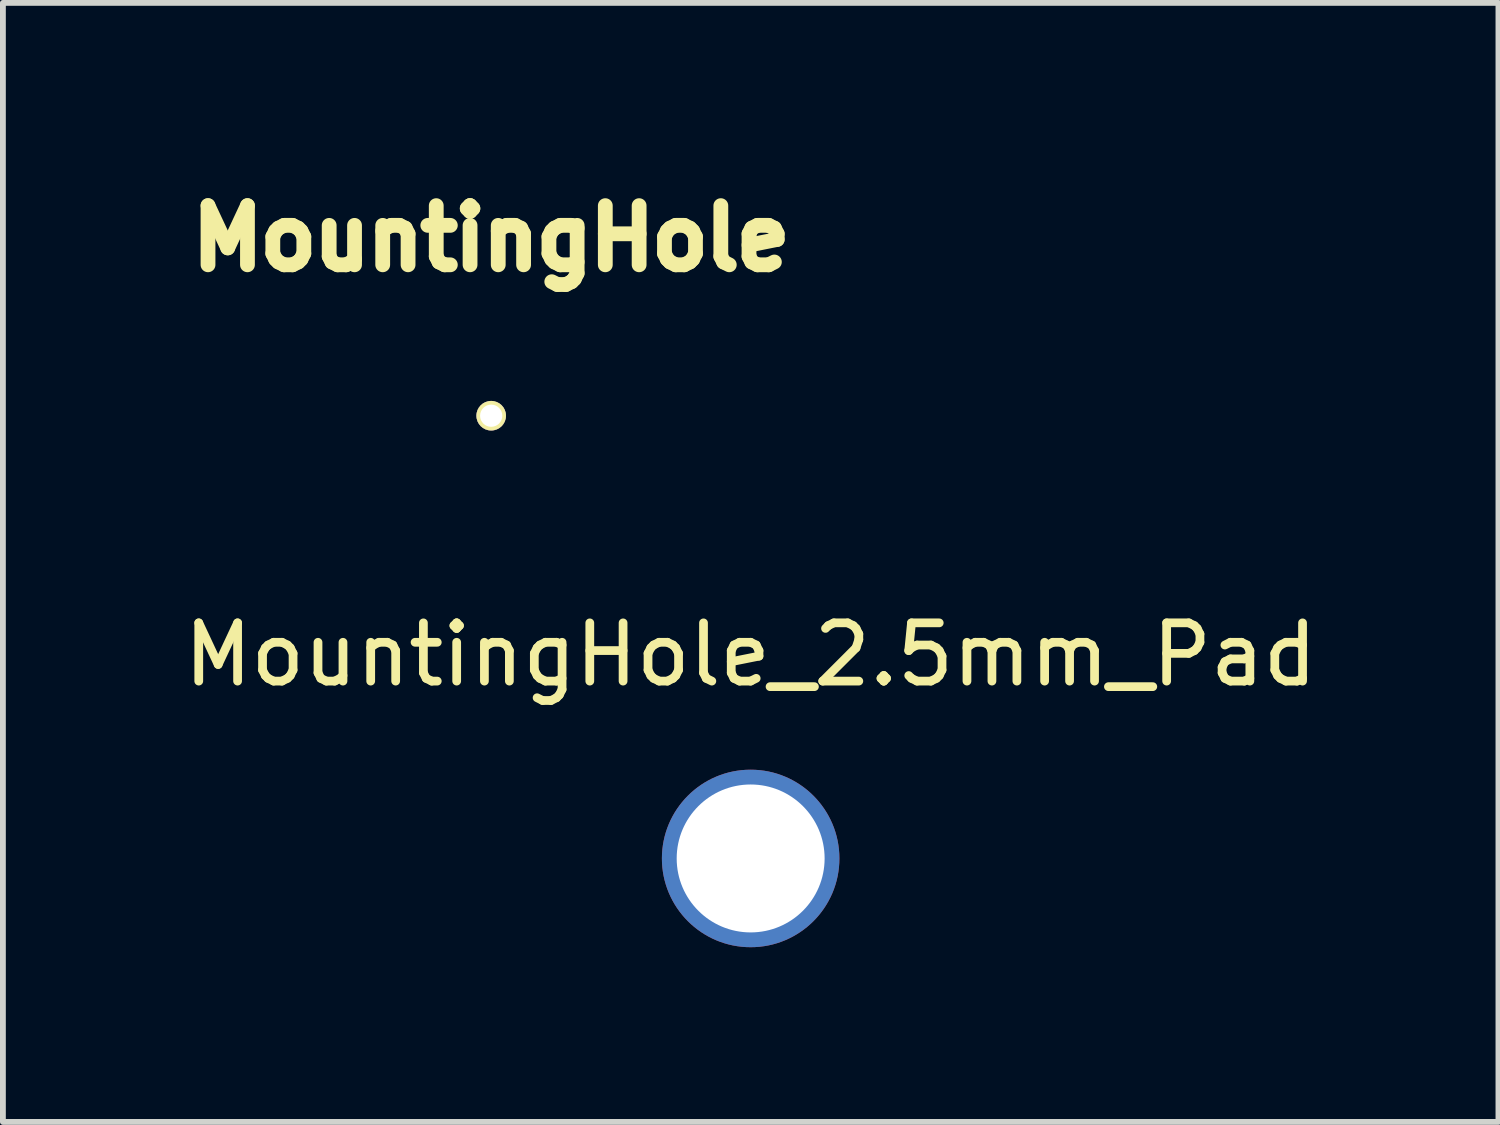
<source format=kicad_pcb>
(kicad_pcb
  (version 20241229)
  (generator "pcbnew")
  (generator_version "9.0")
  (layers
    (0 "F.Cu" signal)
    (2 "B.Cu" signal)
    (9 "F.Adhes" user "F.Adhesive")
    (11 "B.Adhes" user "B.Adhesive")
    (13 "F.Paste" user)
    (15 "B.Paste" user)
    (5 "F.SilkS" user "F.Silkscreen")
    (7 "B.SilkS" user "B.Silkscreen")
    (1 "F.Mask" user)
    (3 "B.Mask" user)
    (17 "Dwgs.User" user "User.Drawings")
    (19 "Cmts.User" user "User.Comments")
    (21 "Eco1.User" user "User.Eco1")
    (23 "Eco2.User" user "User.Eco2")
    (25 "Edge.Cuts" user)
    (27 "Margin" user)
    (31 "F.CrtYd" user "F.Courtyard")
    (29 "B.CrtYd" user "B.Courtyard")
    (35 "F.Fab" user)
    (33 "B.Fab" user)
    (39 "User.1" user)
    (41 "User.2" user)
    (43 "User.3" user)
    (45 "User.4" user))
  (footprint "MountingHole"
    (layer "F.Cu")
    (at 5.384 4.088)
    (property "Reference" "MountingHole" (at 0 -3.048 0) (layer "F.SilkS") (effects (font (size 1.016 1.016) (thickness 0.254))))
    (attr through_hole)
    (pad "1" thru_hole circle (at 0 0) (size 0.508 0.508) (drill 0.381) (layers "*.Cu" "*.Mask" "F.SilkS")))
  (footprint "MountingHole_2.5mm_Pad"
    (layer "F.Cu")
    (at 9.839 11.69)
    (property "Reference" "MountingHole_2.5mm_Pad" (at 0 -3.5 0) (layer "F.SilkS") (effects (font (size 1 1) (thickness 0.15))))
    (attr exclude_from_pos_files exclude_from_bom)
    (pad "1" thru_hole circle (at 0 0) (size 3.048 3.048) (drill 2.54) (layers "*.Cu" "*.Mask")))
  (gr_rect
    (start -3 -3)
    (end 22.679 16.214)
    (stroke (width 0.1) (type default))
    (fill no)
    (layer "Edge.Cuts")))
</source>
